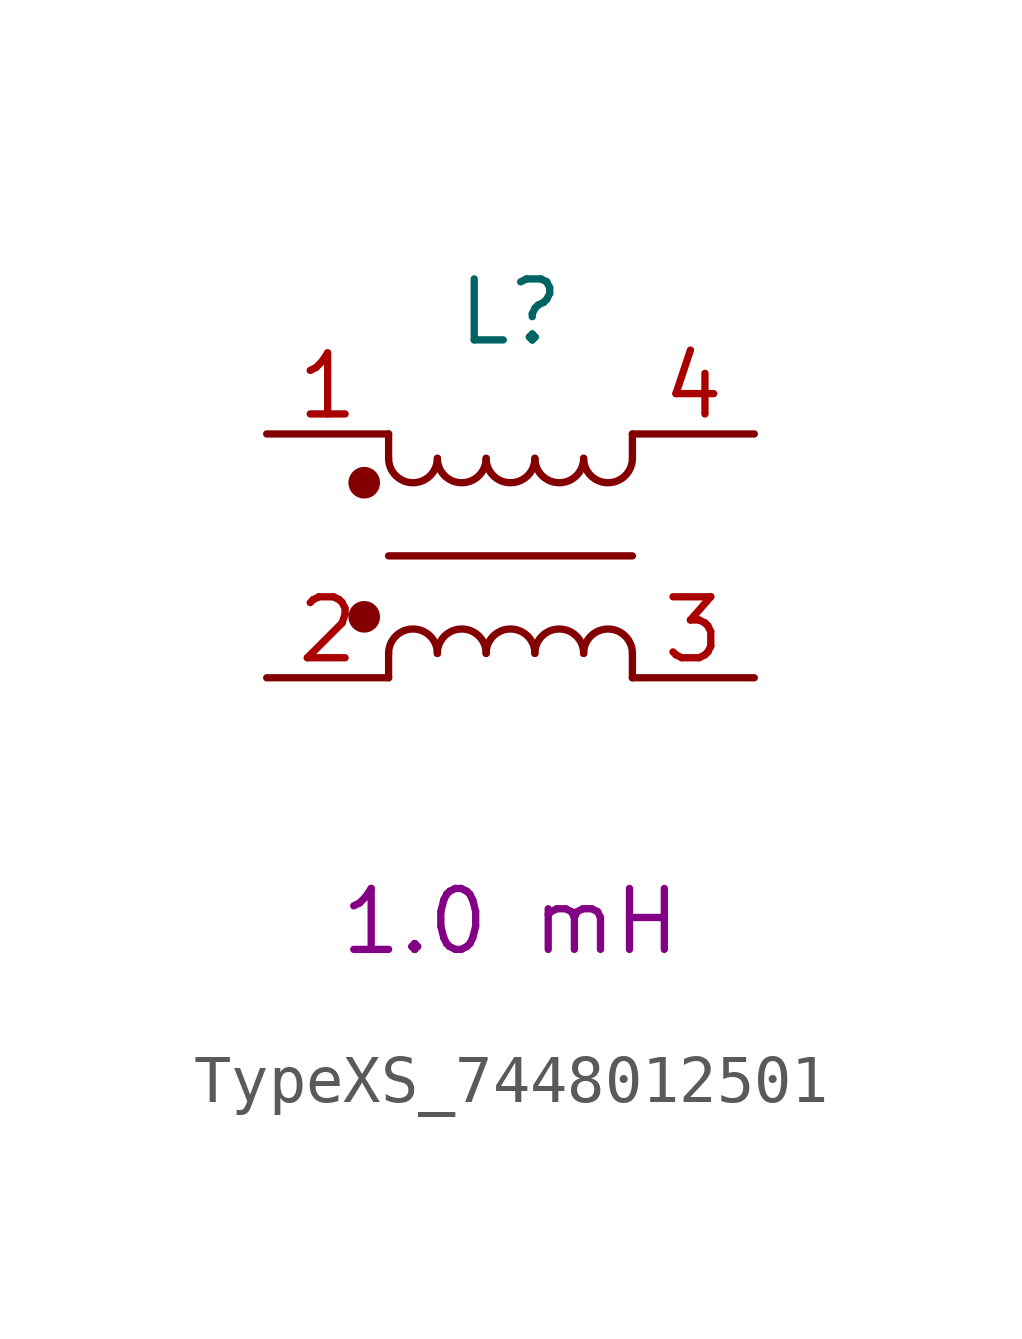
<source format=kicad_sym>
(kicad_symbol_lib
  (version 20220914)
  (generator kicad_symbol_editor)
  (symbol "TypeXS_7448012501"
    (pin_names hide)
    (property "Reference" "L"
      (at 0 5.08 0)
      (effects (font (size 1.27 1.27))))
    (property "Critical Parameter" "1.0 mH"
      (at 0 -7.62 0)
      (effects (font (size 1.27 1.27))))
    (symbol "TypeXS_7448012501_0_1"
      (circle (center -3.048 -1.27) (radius 0.254) (stroke (width 0) (type default)) (fill (type outline)))
      (circle (center -3.048 1.524) (radius 0.254) (stroke (width 0) (type default)) (fill (type outline)))
      (arc (start -2.54 2.032) (mid -2.032 1.5262) (end -1.524 2.032) (stroke (width 0) (type default)) (fill (type none)))
      (arc (start -1.524 -2.032) (mid -2.032 -1.5262) (end -2.54 -2.032) (stroke (width 0) (type default)) (fill (type none)))
      (arc (start -1.524 2.032) (mid -1.016 1.5262) (end -0.508 2.032) (stroke (width 0) (type default)) (fill (type none)))
      (arc (start -0.508 -2.032) (mid -1.016 -1.5262) (end -1.524 -2.032) (stroke (width 0) (type default)) (fill (type none)))
      (arc (start -0.508 2.032) (mid 0 1.5262) (end 0.508 2.032) (stroke (width 0) (type default)) (fill (type none)))
      (polyline (pts (xy -2.54 -2.032) (xy -2.54 -2.54)) (stroke (width 0) (type default)) (fill (type none)))
      (polyline (pts (xy -2.54 2.032) (xy -2.54 2.54)) (stroke (width 0) (type default)) (fill (type none)))
      (polyline (pts (xy 2.54 -2.032) (xy 2.54 -2.54)) (stroke (width 0) (type default)) (fill (type none)))
      (polyline (pts (xy 2.54 0) (xy -2.54 0)) (stroke (width 0) (type default)) (fill (type none)))
      (polyline (pts (xy 2.54 2.54) (xy 2.54 2.032)) (stroke (width 0) (type default)) (fill (type none)))
      (arc (start 0.508 -2.032) (mid 0 -1.5262) (end -0.508 -2.032) (stroke (width 0) (type default)) (fill (type none)))
      (arc (start 0.508 2.032) (mid 1.016 1.5262) (end 1.524 2.032) (stroke (width 0) (type default)) (fill (type none)))
      (arc (start 1.524 -2.032) (mid 1.016 -1.5262) (end 0.508 -2.032) (stroke (width 0) (type default)) (fill (type none)))
      (arc (start 1.524 2.032) (mid 2.032 1.5262) (end 2.54 2.032) (stroke (width 0) (type default)) (fill (type none)))
      (arc (start 2.54 -2.032) (mid 2.032 -1.5262) (end 1.524 -2.032) (stroke (width 0) (type default)) (fill (type none))))
    (symbol "TypeXS_7448012501_1_1"
      (pin passive line (at -5.08 2.54 0) (length 2.54) (name "1" (effects (font (size 1.27 1.27)))) (number "1" (effects (font (size 1.27 1.27)))))
      (pin passive line (at -5.08 -2.54 0) (length 2.54) (name "2" (effects (font (size 1.27 1.27)))) (number "2" (effects (font (size 1.27 1.27)))))
      (pin passive line (at 5.08 -2.54 180) (length 2.54) (name "3" (effects (font (size 1.27 1.27)))) (number "3" (effects (font (size 1.27 1.27)))))
      (pin passive line (at 5.08 2.54 180) (length 2.54) (name "4" (effects (font (size 1.27 1.27)))) (number "4" (effects (font (size 1.27 1.27))))))))
</source>
